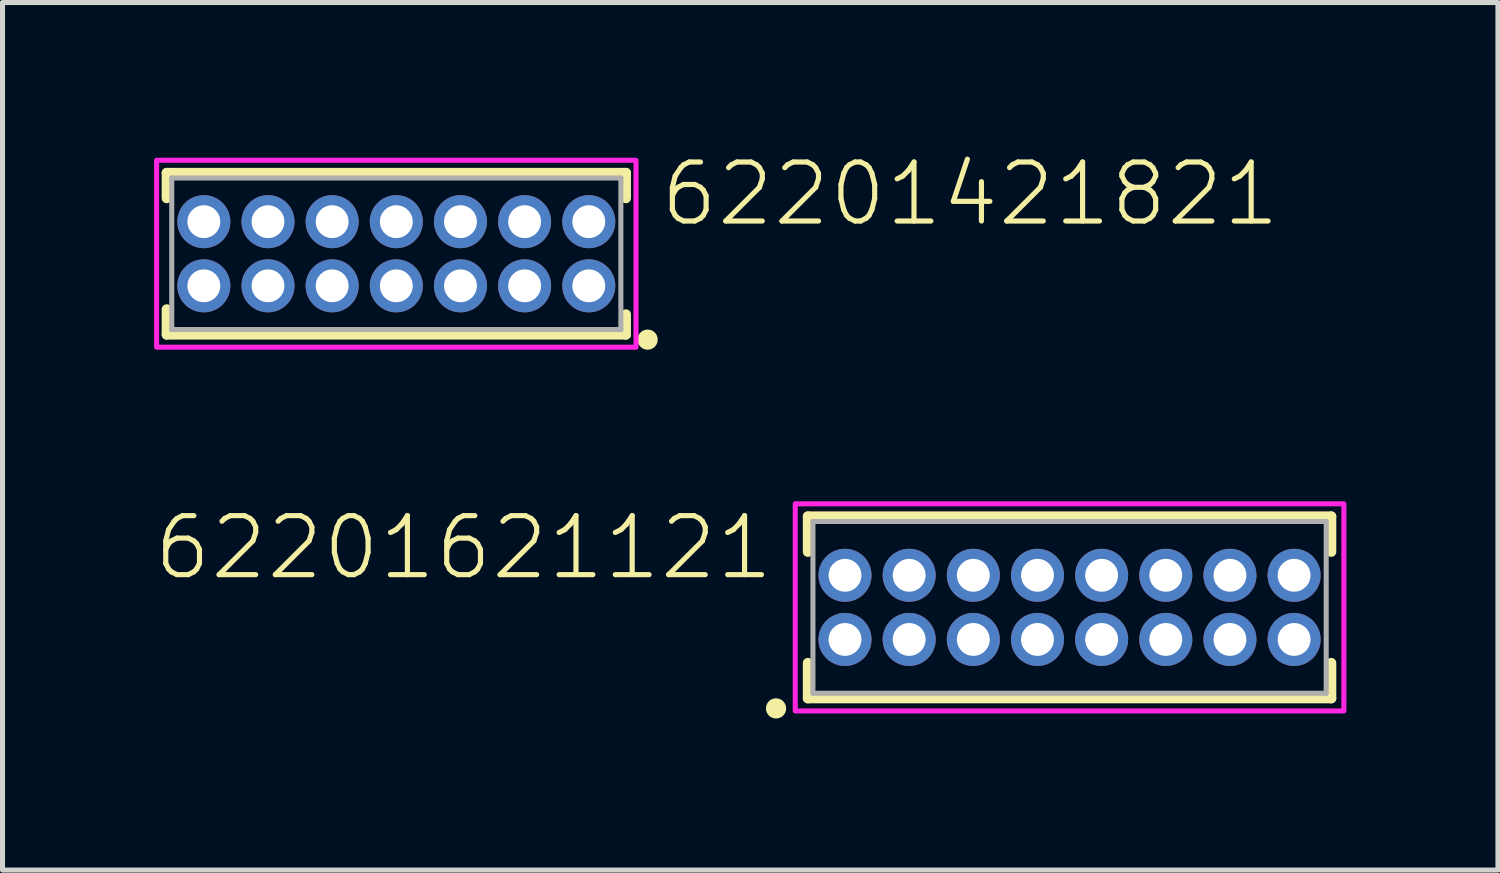
<source format=kicad_pcb>
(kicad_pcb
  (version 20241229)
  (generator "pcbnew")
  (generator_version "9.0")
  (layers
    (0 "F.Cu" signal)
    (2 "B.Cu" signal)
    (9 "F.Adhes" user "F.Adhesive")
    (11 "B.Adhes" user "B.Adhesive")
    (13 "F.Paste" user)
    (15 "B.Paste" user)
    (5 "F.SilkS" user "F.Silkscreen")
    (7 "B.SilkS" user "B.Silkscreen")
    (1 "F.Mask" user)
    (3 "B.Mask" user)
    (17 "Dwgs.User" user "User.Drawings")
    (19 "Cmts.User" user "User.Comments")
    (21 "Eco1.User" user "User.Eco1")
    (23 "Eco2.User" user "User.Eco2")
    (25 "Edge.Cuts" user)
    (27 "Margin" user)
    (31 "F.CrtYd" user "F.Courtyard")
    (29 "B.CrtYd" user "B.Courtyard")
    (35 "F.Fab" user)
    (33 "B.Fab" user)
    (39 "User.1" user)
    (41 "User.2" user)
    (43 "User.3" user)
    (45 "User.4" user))
  (footprint "62201421821"
    (layer "F.Cu")
    (at 4.795 1.973)
    (property "Reference" "62201421821" (at 5.175 -0.5 0) (unlocked yes) (layer "F.SilkS") (effects (font (size 1.168 1.168) (thickness 0.102)) (justify left bottom)))
    (fp_line (start -4.545 -1.6) (end 4.545 -1.6) (stroke (width 0.2) (type solid)) (layer "F.SilkS"))
    (fp_line (start -4.545 -1.1) (end -4.545 -1.6) (stroke (width 0.2) (type solid)) (layer "F.SilkS"))
    (fp_line (start -4.545 1.1) (end -4.545 1.6) (stroke (width 0.2) (type solid)) (layer "F.SilkS"))
    (fp_line (start -4.545 1.6) (end 4.545 1.6) (stroke (width 0.2) (type solid)) (layer "F.SilkS"))
    (fp_line (start 4.545 -1.6) (end 4.545 -1.1) (stroke (width 0.2) (type solid)) (layer "F.SilkS"))
    (fp_line (start 4.545 1.6) (end 4.545 1.2) (stroke (width 0.2) (type solid)) (layer "F.SilkS"))
    (fp_circle (center 4.975 1.7) (end 5.075 1.7) (stroke (width 0.2) (type solid)) (fill no) (layer "F.SilkS"))
    (fp_poly (pts (xy 4.745 1.85) (xy -4.745 1.85) (xy -4.745 -1.85) (xy 4.745 -1.85)) (stroke (width 0.1) (type default)) (fill no) (layer "F.CrtYd"))
    (fp_line (start -4.445 -1.5) (end -4.445 1.5) (stroke (width 0.1) (type solid)) (layer "F.Fab"))
    (fp_line (start -4.445 1.5) (end 4.445 1.5) (stroke (width 0.1) (type solid)) (layer "F.Fab"))
    (fp_line (start 4.445 -1.5) (end -4.445 -1.5) (stroke (width 0.1) (type solid)) (layer "F.Fab"))
    (fp_line (start 4.445 1.5) (end 4.445 -1.5) (stroke (width 0.1) (type solid)) (layer "F.Fab"))
    (pad "1" thru_hole circle (at 3.81 0.635 180) (size 1.05 1.05) (drill 0.65) (layers "*.Cu" "*.Mask"))
    (pad "2" thru_hole circle (at 3.81 -0.635 180) (size 1.05 1.05) (drill 0.65) (layers "*.Cu" "*.Mask"))
    (pad "3" thru_hole circle (at 2.54 0.635 180) (size 1.05 1.05) (drill 0.65) (layers "*.Cu" "*.Mask"))
    (pad "4" thru_hole circle (at 2.54 -0.635 180) (size 1.05 1.05) (drill 0.65) (layers "*.Cu" "*.Mask"))
    (pad "5" thru_hole circle (at 1.27 0.635 180) (size 1.05 1.05) (drill 0.65) (layers "*.Cu" "*.Mask"))
    (pad "6" thru_hole circle (at 1.27 -0.635 180) (size 1.05 1.05) (drill 0.65) (layers "*.Cu" "*.Mask"))
    (pad "7" thru_hole circle (at 0 0.635 180) (size 1.05 1.05) (drill 0.65) (layers "*.Cu" "*.Mask"))
    (pad "8" thru_hole circle (at 0 -0.635 180) (size 1.05 1.05) (drill 0.65) (layers "*.Cu" "*.Mask"))
    (pad "9" thru_hole circle (at -1.27 0.635 180) (size 1.05 1.05) (drill 0.65) (layers "*.Cu" "*.Mask"))
    (pad "10" thru_hole circle (at -1.27 -0.635 180) (size 1.05 1.05) (drill 0.65) (layers "*.Cu" "*.Mask"))
    (pad "11" thru_hole circle (at -2.54 0.635 180) (size 1.05 1.05) (drill 0.65) (layers "*.Cu" "*.Mask"))
    (pad "12" thru_hole circle (at -2.54 -0.635 180) (size 1.05 1.05) (drill 0.65) (layers "*.Cu" "*.Mask"))
    (pad "13" thru_hole circle (at -3.81 0.635 180) (size 1.05 1.05) (drill 0.65) (layers "*.Cu" "*.Mask"))
    (pad "14" thru_hole circle (at -3.81 -0.635 180) (size 1.05 1.05) (drill 0.65) (layers "*.Cu" "*.Mask")))
  (footprint "62201621121"
    (layer "F.Cu")
    (at 18.122 8.973)
    (property "Reference" "62201621121" (at -5.81 -0.5 0) (unlocked yes) (layer "F.SilkS") (effects (font (size 1.168 1.168) (thickness 0.102)) (justify right bottom)))
    (fp_line (start -5.18 -1.8) (end 5.18 -1.8) (stroke (width 0.2) (type solid)) (layer "F.SilkS"))
    (fp_line (start -5.18 -1.1) (end -5.18 -1.8) (stroke (width 0.2) (type solid)) (layer "F.SilkS"))
    (fp_line (start -5.18 1.1) (end -5.18 1.8) (stroke (width 0.2) (type solid)) (layer "F.SilkS"))
    (fp_line (start -5.18 1.8) (end 5.18 1.8) (stroke (width 0.2) (type solid)) (layer "F.SilkS"))
    (fp_line (start 5.18 -1.8) (end 5.18 -1.1) (stroke (width 0.2) (type solid)) (layer "F.SilkS"))
    (fp_line (start 5.18 1.8) (end 5.18 1.1) (stroke (width 0.2) (type solid)) (layer "F.SilkS"))
    (fp_circle (center -5.81 2) (end -5.71 2) (stroke (width 0.2) (type solid)) (fill no) (layer "F.SilkS"))
    (fp_poly (pts (xy 5.43 2.05) (xy -5.43 2.05) (xy -5.43 -2.05) (xy 5.43 -2.05)) (stroke (width 0.1) (type default)) (fill no) (layer "F.CrtYd"))
    (fp_line (start -5.08 -1.7) (end -5.08 1.7) (stroke (width 0.1) (type solid)) (layer "F.Fab"))
    (fp_line (start -5.08 1.7) (end 5.08 1.7) (stroke (width 0.1) (type solid)) (layer "F.Fab"))
    (fp_line (start 5.08 -1.7) (end -5.08 -1.7) (stroke (width 0.1) (type solid)) (layer "F.Fab"))
    (fp_line (start 5.08 1.7) (end 5.08 -1.7) (stroke (width 0.1) (type solid)) (layer "F.Fab"))
    (pad "1" thru_hole circle (at -4.445 0.635) (size 1.05 1.05) (drill 0.65) (layers "*.Cu" "*.Mask"))
    (pad "2" thru_hole circle (at -4.445 -0.635) (size 1.05 1.05) (drill 0.65) (layers "*.Cu" "*.Mask"))
    (pad "3" thru_hole circle (at -3.175 0.635) (size 1.05 1.05) (drill 0.65) (layers "*.Cu" "*.Mask"))
    (pad "4" thru_hole circle (at -3.175 -0.635) (size 1.05 1.05) (drill 0.65) (layers "*.Cu" "*.Mask"))
    (pad "5" thru_hole circle (at -1.905 0.635) (size 1.05 1.05) (drill 0.65) (layers "*.Cu" "*.Mask"))
    (pad "6" thru_hole circle (at -1.905 -0.635) (size 1.05 1.05) (drill 0.65) (layers "*.Cu" "*.Mask"))
    (pad "7" thru_hole circle (at -0.635 0.635) (size 1.05 1.05) (drill 0.65) (layers "*.Cu" "*.Mask"))
    (pad "8" thru_hole circle (at -0.635 -0.635) (size 1.05 1.05) (drill 0.65) (layers "*.Cu" "*.Mask"))
    (pad "9" thru_hole circle (at 0.635 0.635) (size 1.05 1.05) (drill 0.65) (layers "*.Cu" "*.Mask"))
    (pad "10" thru_hole circle (at 0.635 -0.635) (size 1.05 1.05) (drill 0.65) (layers "*.Cu" "*.Mask"))
    (pad "11" thru_hole circle (at 1.905 0.635) (size 1.05 1.05) (drill 0.65) (layers "*.Cu" "*.Mask"))
    (pad "12" thru_hole circle (at 1.905 -0.635) (size 1.05 1.05) (drill 0.65) (layers "*.Cu" "*.Mask"))
    (pad "13" thru_hole circle (at 3.175 0.635) (size 1.05 1.05) (drill 0.65) (layers "*.Cu" "*.Mask"))
    (pad "14" thru_hole circle (at 3.175 -0.635) (size 1.05 1.05) (drill 0.65) (layers "*.Cu" "*.Mask"))
    (pad "15" thru_hole circle (at 4.445 0.635) (size 1.05 1.05) (drill 0.65) (layers "*.Cu" "*.Mask"))
    (pad "16" thru_hole circle (at 4.445 -0.635) (size 1.05 1.05) (drill 0.65) (layers "*.Cu" "*.Mask")))
  (gr_rect
    (start -3 -3)
    (end 26.602 14.173)
    (stroke (width 0.1) (type default))
    (fill no)
    (layer "Edge.Cuts")))
</source>
